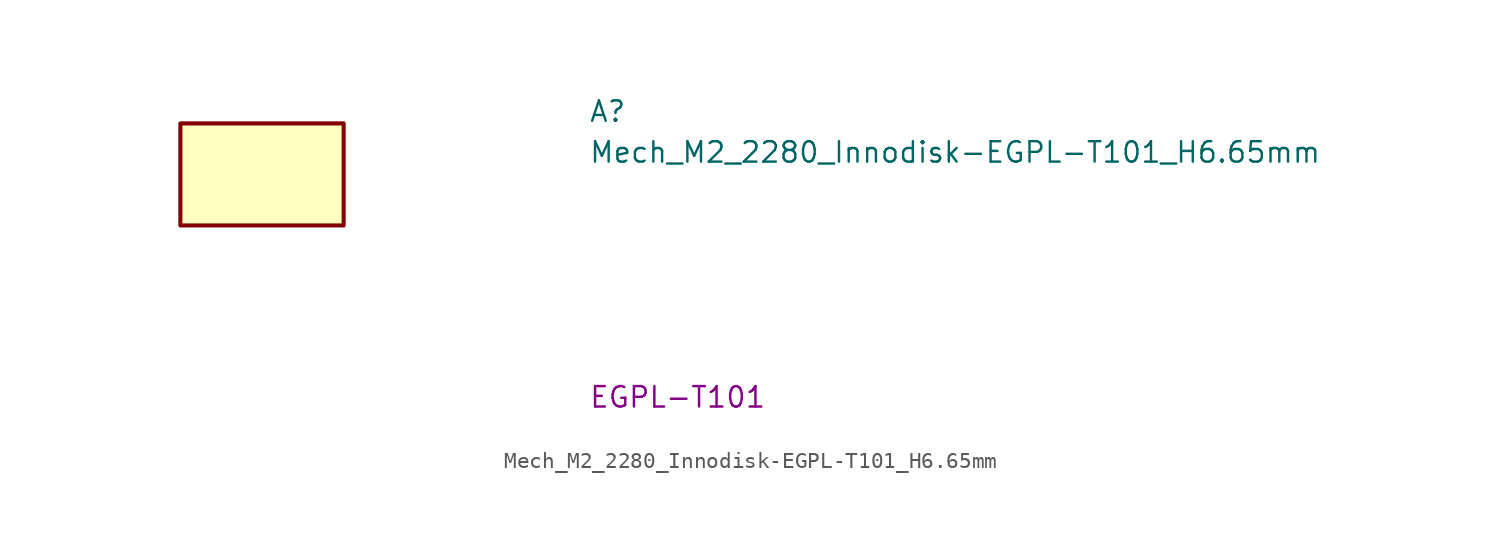
<source format=kicad_sym>
(kicad_symbol_lib
  (version 20220914)
  (generator kicad_symbol_editor)
  (symbol "Mech_M2_2280_Innodisk-EGPL-T101_H6.65mm"
    (property "Reference" "A"
      (at 25.4 0 0)
      (effects (font (size 1.27 1.27) (thickness 0.15)) (justify left bottom)))
    (property "Value" "Mech_M2_2280_Innodisk-EGPL-T101_H6.65mm"
      (at 25.4 -2.54 0)
      (effects (font (size 1.27 1.27) (thickness 0.15)) (justify left bottom)))
    (property "MPN" "EGPL-T101"
      (at 25.4 -17.78 0)
      (effects (font (size 1.27 1.27)) (justify left bottom)))
    (symbol "Mech_M2_2280_Innodisk-EGPL-T101_H6.65mm_1_1"
      (rectangle (start 0 0) (end 10.16 -6.35) (stroke (width 0.254) (type default)) (fill (type background))))))
</source>
